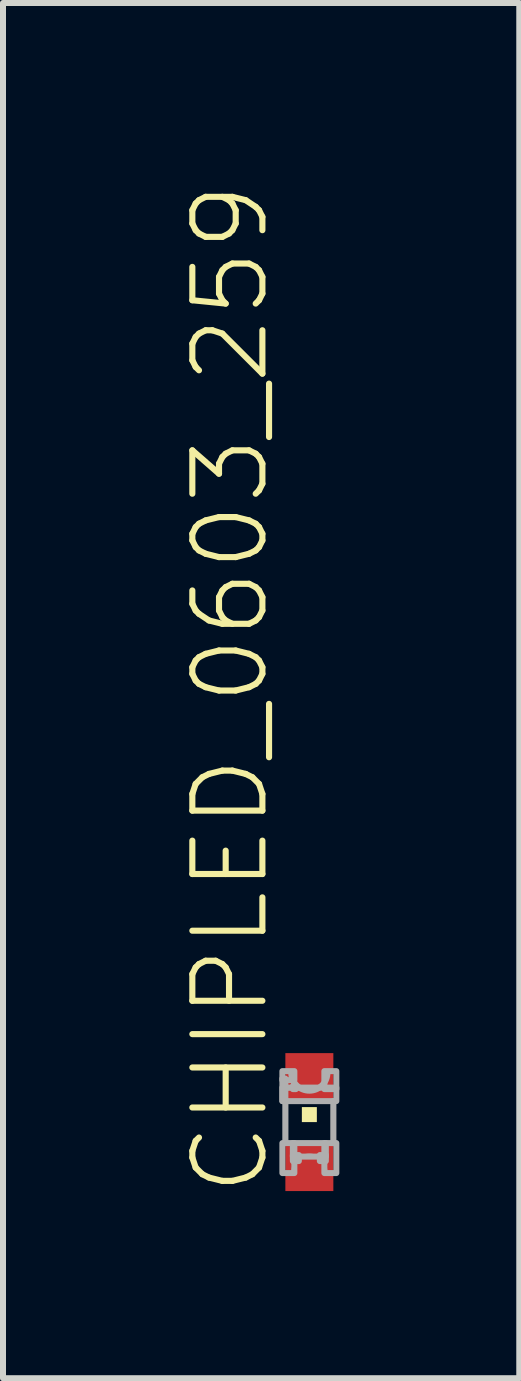
<source format=kicad_pcb>
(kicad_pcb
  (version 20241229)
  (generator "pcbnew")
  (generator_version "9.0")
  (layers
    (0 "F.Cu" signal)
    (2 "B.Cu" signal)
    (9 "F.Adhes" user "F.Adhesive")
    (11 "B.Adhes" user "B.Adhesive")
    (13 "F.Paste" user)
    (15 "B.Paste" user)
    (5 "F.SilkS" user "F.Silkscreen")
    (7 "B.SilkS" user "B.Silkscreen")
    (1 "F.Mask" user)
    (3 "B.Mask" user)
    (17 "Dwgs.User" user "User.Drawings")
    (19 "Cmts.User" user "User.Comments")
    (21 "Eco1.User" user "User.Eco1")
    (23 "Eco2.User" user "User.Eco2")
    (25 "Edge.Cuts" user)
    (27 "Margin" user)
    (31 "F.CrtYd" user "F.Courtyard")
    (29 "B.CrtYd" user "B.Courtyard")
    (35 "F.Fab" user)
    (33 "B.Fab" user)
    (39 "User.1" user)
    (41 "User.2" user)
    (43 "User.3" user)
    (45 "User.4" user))
  (footprint "CHIPLED_0603_259"
    (layer "F.Cu")
    (at 2.108 15.659)
    (property "Reference" "CHIPLED_0603_259" (at -0.635 1.27 90) (unlocked yes) (layer "F.SilkS") (effects (font (size 1.168 1.168) (thickness 0.102)) (justify left bottom)))
    (fp_poly (pts (xy -0.125 0) (xy 0.125 0) (xy 0.125 -0.25) (xy -0.125 -0.25)) (stroke (width 0) (type default)) (fill yes) (layer "F.SilkS"))
    (fp_line (start -0.4 -0.375) (end -0.4 0.35) (stroke (width 0.102) (type solid)) (layer "F.Fab"))
    (fp_line (start 0.4 -0.35) (end 0.4 0.35) (stroke (width 0.102) (type solid)) (layer "F.Fab"))
    (fp_arc (start -0.275 0.825) (mid 0 0.55) (end 0.275 0.825) (stroke (width 0.0508) (type solid)) (layer "F.Fab"))
    (fp_arc (start 0.3 -0.799998) (mid -0.000001 -0.524966) (end -0.3 -0.8) (stroke (width 0.1016) (type solid)) (layer "F.Fab"))
    (fp_circle (center -0.35 -0.625) (end -0.275 -0.625) (stroke (width 0.051) (type solid)) (fill no) (layer "F.Fab"))
    (fp_poly (pts (xy -0.45 -0.7) (xy -0.25 -0.7) (xy -0.25 -0.85) (xy -0.45 -0.85)) (stroke (width 0.1) (type default)) (fill no) (layer "F.Fab"))
    (fp_poly (pts (xy -0.45 -0.35) (xy -0.4 -0.35) (xy -0.4 -0.725) (xy -0.45 -0.725)) (stroke (width 0.1) (type default)) (fill no) (layer "F.Fab"))
    (fp_poly (pts (xy -0.45 -0.35) (xy 0.45 -0.35) (xy 0.45 -0.575) (xy -0.45 -0.575)) (stroke (width 0.1) (type default)) (fill no) (layer "F.Fab"))
    (fp_poly (pts (xy -0.45 0.85) (xy -0.25 0.85) (xy -0.25 0.35) (xy -0.45 0.35)) (stroke (width 0.1) (type default)) (fill no) (layer "F.Fab"))
    (fp_poly (pts (xy -0.275 -0.55) (xy -0.225 -0.55) (xy -0.225 -0.6) (xy -0.275 -0.6)) (stroke (width 0.1) (type default)) (fill no) (layer "F.Fab"))
    (fp_poly (pts (xy -0.275 0.575) (xy 0.275 0.575) (xy 0.275 0.35) (xy -0.275 0.35)) (stroke (width 0.1) (type default)) (fill no) (layer "F.Fab"))
    (fp_poly (pts (xy -0.275 0.65) (xy -0.175 0.65) (xy -0.175 0.55) (xy -0.275 0.55)) (stroke (width 0.1) (type default)) (fill no) (layer "F.Fab"))
    (fp_poly (pts (xy 0.175 0.65) (xy 0.275 0.65) (xy 0.275 0.55) (xy 0.175 0.55)) (stroke (width 0.1) (type default)) (fill no) (layer "F.Fab"))
    (fp_poly (pts (xy 0.25 -0.55) (xy 0.45 -0.55) (xy 0.45 -0.85) (xy 0.25 -0.85)) (stroke (width 0.1) (type default)) (fill no) (layer "F.Fab"))
    (fp_poly (pts (xy 0.25 0.85) (xy 0.45 0.85) (xy 0.45 0.35) (xy 0.25 0.35)) (stroke (width 0.1) (type default)) (fill no) (layer "F.Fab"))
    (pad "A" smd rect (at 0 0.75) (size 0.8 0.8) (layers "F.Cu" "F.Mask" "F.Paste"))
    (pad "C" smd rect (at 0 -0.75) (size 0.8 0.8) (layers "F.Cu" "F.Mask" "F.Paste")))
  (gr_rect
    (start -3 -3)
    (end 5.608 19.929)
    (stroke (width 0.1) (type default))
    (fill no)
    (layer "Edge.Cuts")))
</source>
